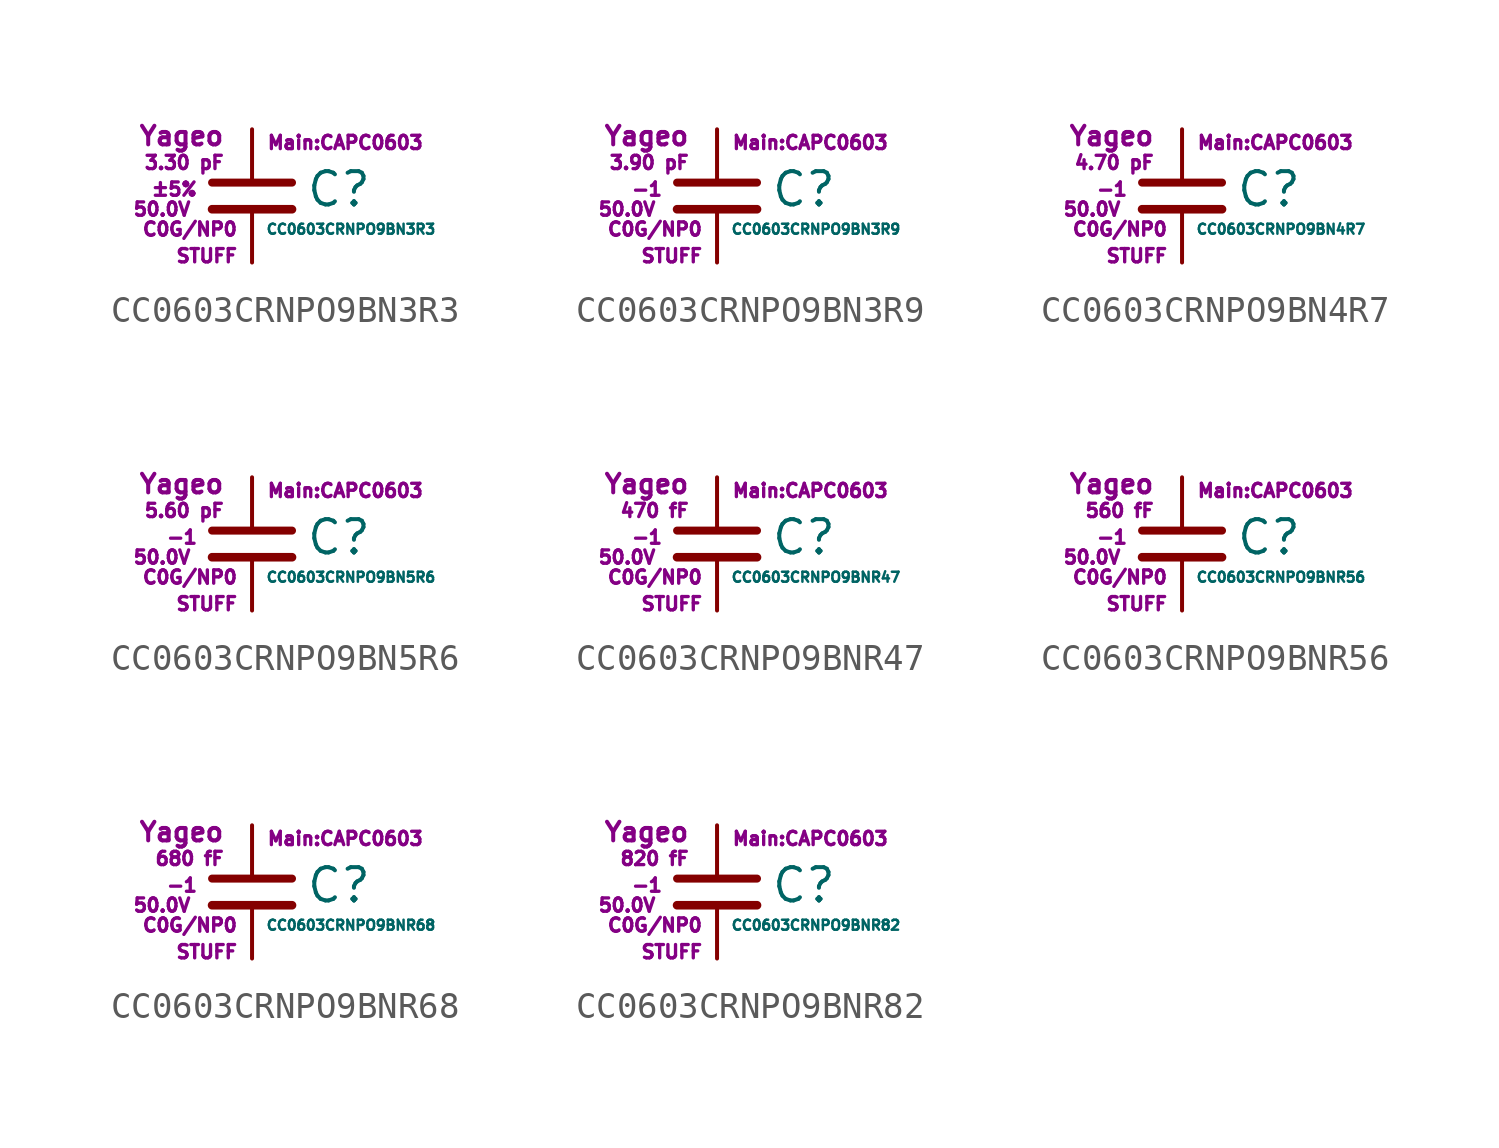
<source format=kicad_sym>
(kicad_symbol_lib
  (version 20211014)
  (generator kicad_symbol_editor)
  (symbol "CC0603CRNPO9BN3R3"
    (pin_numbers hide)
    (pin_names
      (offset 0.254) hide)
    (property "Reference" "C"
      (at 2.032 0.254 0)
      (effects (font (size 1.27 1.27)) (justify left)))
    (property "Value" "CC0603CRNPO9BN3R3"
      (at 0.508 -1.27 0)
      (effects (font (size 0.381 0.381)) (justify left)))
    (property "Footprint" "Main:CAPC0603"
      (at 3.556 2.032 0)
      (effects (font (size 0.508 0.508))))
    (property "Datasheet" ""
      (at 0.762 0.508 0)
      (effects (font (size 1.27 1.27))))
    (property "Manufacturer" "Yageo"
      (at -1.016 2.286 0)
      (effects (font (size 0.711 0.711)) (justify right)))
    (property "SKU" "STUFF"
      (at -0.508 -2.286 0)
      (effects (font (size 0.508 0.508)) (justify right)))
    (property "C" "3.30 pF"
      (at -1.016 1.27 0)
      (effects (font (size 0.508 0.508)) (justify right)))
    (property "Tol" "±5%"
      (at -2.032 0.254 0)
      (effects (font (size 0.508 0.508)) (justify right)))
    (property "Vmax" "50.0V"
      (at -2.286 -0.508 0)
      (effects (font (size 0.508 0.508)) (justify right)))
    (property "Type" "C0G/NP0"
      (at -0.508 -1.27 0)
      (effects (font (size 0.508 0.508)) (justify right)))
    (symbol "CC0603CRNPO9BN3R3_0_1"
      (polyline (pts (xy -1.524 -0.508) (xy 1.524 -0.508)) (stroke (width 0.33) (type default) (color 0 0 0 0)) (fill (type none)))
      (polyline (pts (xy -1.524 0.508) (xy 1.524 0.508)) (stroke (width 0.305) (type default) (color 0 0 0 0)) (fill (type none))))
    (symbol "CC0603CRNPO9BN3R3_1_1"
      (pin passive line (at 0 2.54 270) (length 1.905) (name "~" (effects (font (size 1.016 1.016)))) (number "1" (effects (font (size 1.016 1.016)))))
      (pin passive line (at 0 -2.54 90) (length 2.032) (name "~" (effects (font (size 1.016 1.016)))) (number "2" (effects (font (size 1.016 1.016)))))))
  (symbol "CC0603CRNPO9BN3R9"
    (pin_numbers hide)
    (pin_names
      (offset 0.254) hide)
    (property "Reference" "C"
      (at 2.032 0.254 0)
      (effects (font (size 1.27 1.27)) (justify left)))
    (property "Value" "CC0603CRNPO9BN3R9"
      (at 0.508 -1.27 0)
      (effects (font (size 0.381 0.381)) (justify left)))
    (property "Footprint" "Main:CAPC0603"
      (at 3.556 2.032 0)
      (effects (font (size 0.508 0.508))))
    (property "Datasheet" ""
      (at 0.762 0.508 0)
      (effects (font (size 1.27 1.27))))
    (property "Manufacturer" "Yageo"
      (at -1.016 2.286 0)
      (effects (font (size 0.711 0.711)) (justify right)))
    (property "SKU" "STUFF"
      (at -0.508 -2.286 0)
      (effects (font (size 0.508 0.508)) (justify right)))
    (property "C" "3.90 pF"
      (at -1.016 1.27 0)
      (effects (font (size 0.508 0.508)) (justify right)))
    (property "Tol" "-1"
      (at -2.032 0.254 0)
      (effects (font (size 0.508 0.508)) (justify right)))
    (property "Vmax" "50.0V"
      (at -2.286 -0.508 0)
      (effects (font (size 0.508 0.508)) (justify right)))
    (property "Type" "C0G/NP0"
      (at -0.508 -1.27 0)
      (effects (font (size 0.508 0.508)) (justify right)))
    (symbol "CC0603CRNPO9BN3R9_0_1"
      (polyline (pts (xy -1.524 -0.508) (xy 1.524 -0.508)) (stroke (width 0.33) (type default) (color 0 0 0 0)) (fill (type none)))
      (polyline (pts (xy -1.524 0.508) (xy 1.524 0.508)) (stroke (width 0.305) (type default) (color 0 0 0 0)) (fill (type none))))
    (symbol "CC0603CRNPO9BN3R9_1_1"
      (pin passive line (at 0 2.54 270) (length 1.905) (name "~" (effects (font (size 1.016 1.016)))) (number "1" (effects (font (size 1.016 1.016)))))
      (pin passive line (at 0 -2.54 90) (length 2.032) (name "~" (effects (font (size 1.016 1.016)))) (number "2" (effects (font (size 1.016 1.016)))))))
  (symbol "CC0603CRNPO9BN4R7"
    (pin_numbers hide)
    (pin_names
      (offset 0.254) hide)
    (property "Reference" "C"
      (at 2.032 0.254 0)
      (effects (font (size 1.27 1.27)) (justify left)))
    (property "Value" "CC0603CRNPO9BN4R7"
      (at 0.508 -1.27 0)
      (effects (font (size 0.381 0.381)) (justify left)))
    (property "Footprint" "Main:CAPC0603"
      (at 3.556 2.032 0)
      (effects (font (size 0.508 0.508))))
    (property "Datasheet" ""
      (at 0.762 0.508 0)
      (effects (font (size 1.27 1.27))))
    (property "Manufacturer" "Yageo"
      (at -1.016 2.286 0)
      (effects (font (size 0.711 0.711)) (justify right)))
    (property "SKU" "STUFF"
      (at -0.508 -2.286 0)
      (effects (font (size 0.508 0.508)) (justify right)))
    (property "C" "4.70 pF"
      (at -1.016 1.27 0)
      (effects (font (size 0.508 0.508)) (justify right)))
    (property "Tol" "-1"
      (at -2.032 0.254 0)
      (effects (font (size 0.508 0.508)) (justify right)))
    (property "Vmax" "50.0V"
      (at -2.286 -0.508 0)
      (effects (font (size 0.508 0.508)) (justify right)))
    (property "Type" "C0G/NP0"
      (at -0.508 -1.27 0)
      (effects (font (size 0.508 0.508)) (justify right)))
    (symbol "CC0603CRNPO9BN4R7_0_1"
      (polyline (pts (xy -1.524 -0.508) (xy 1.524 -0.508)) (stroke (width 0.33) (type default) (color 0 0 0 0)) (fill (type none)))
      (polyline (pts (xy -1.524 0.508) (xy 1.524 0.508)) (stroke (width 0.305) (type default) (color 0 0 0 0)) (fill (type none))))
    (symbol "CC0603CRNPO9BN4R7_1_1"
      (pin passive line (at 0 2.54 270) (length 1.905) (name "~" (effects (font (size 1.016 1.016)))) (number "1" (effects (font (size 1.016 1.016)))))
      (pin passive line (at 0 -2.54 90) (length 2.032) (name "~" (effects (font (size 1.016 1.016)))) (number "2" (effects (font (size 1.016 1.016)))))))
  (symbol "CC0603CRNPO9BN5R6"
    (pin_numbers hide)
    (pin_names
      (offset 0.254) hide)
    (property "Reference" "C"
      (at 2.032 0.254 0)
      (effects (font (size 1.27 1.27)) (justify left)))
    (property "Value" "CC0603CRNPO9BN5R6"
      (at 0.508 -1.27 0)
      (effects (font (size 0.381 0.381)) (justify left)))
    (property "Footprint" "Main:CAPC0603"
      (at 3.556 2.032 0)
      (effects (font (size 0.508 0.508))))
    (property "Datasheet" ""
      (at 0.762 0.508 0)
      (effects (font (size 1.27 1.27))))
    (property "Manufacturer" "Yageo"
      (at -1.016 2.286 0)
      (effects (font (size 0.711 0.711)) (justify right)))
    (property "SKU" "STUFF"
      (at -0.508 -2.286 0)
      (effects (font (size 0.508 0.508)) (justify right)))
    (property "C" "5.60 pF"
      (at -1.016 1.27 0)
      (effects (font (size 0.508 0.508)) (justify right)))
    (property "Tol" "-1"
      (at -2.032 0.254 0)
      (effects (font (size 0.508 0.508)) (justify right)))
    (property "Vmax" "50.0V"
      (at -2.286 -0.508 0)
      (effects (font (size 0.508 0.508)) (justify right)))
    (property "Type" "C0G/NP0"
      (at -0.508 -1.27 0)
      (effects (font (size 0.508 0.508)) (justify right)))
    (symbol "CC0603CRNPO9BN5R6_0_1"
      (polyline (pts (xy -1.524 -0.508) (xy 1.524 -0.508)) (stroke (width 0.33) (type default) (color 0 0 0 0)) (fill (type none)))
      (polyline (pts (xy -1.524 0.508) (xy 1.524 0.508)) (stroke (width 0.305) (type default) (color 0 0 0 0)) (fill (type none))))
    (symbol "CC0603CRNPO9BN5R6_1_1"
      (pin passive line (at 0 2.54 270) (length 1.905) (name "~" (effects (font (size 1.016 1.016)))) (number "1" (effects (font (size 1.016 1.016)))))
      (pin passive line (at 0 -2.54 90) (length 2.032) (name "~" (effects (font (size 1.016 1.016)))) (number "2" (effects (font (size 1.016 1.016)))))))
  (symbol "CC0603CRNPO9BNR47"
    (pin_numbers hide)
    (pin_names
      (offset 0.254) hide)
    (property "Reference" "C"
      (at 2.032 0.254 0)
      (effects (font (size 1.27 1.27)) (justify left)))
    (property "Value" "CC0603CRNPO9BNR47"
      (at 0.508 -1.27 0)
      (effects (font (size 0.381 0.381)) (justify left)))
    (property "Footprint" "Main:CAPC0603"
      (at 3.556 2.032 0)
      (effects (font (size 0.508 0.508))))
    (property "Datasheet" ""
      (at 0.762 0.508 0)
      (effects (font (size 1.27 1.27))))
    (property "Manufacturer" "Yageo"
      (at -1.016 2.286 0)
      (effects (font (size 0.711 0.711)) (justify right)))
    (property "SKU" "STUFF"
      (at -0.508 -2.286 0)
      (effects (font (size 0.508 0.508)) (justify right)))
    (property "C" "470 fF"
      (at -1.016 1.27 0)
      (effects (font (size 0.508 0.508)) (justify right)))
    (property "Tol" "-1"
      (at -2.032 0.254 0)
      (effects (font (size 0.508 0.508)) (justify right)))
    (property "Vmax" "50.0V"
      (at -2.286 -0.508 0)
      (effects (font (size 0.508 0.508)) (justify right)))
    (property "Type" "C0G/NP0"
      (at -0.508 -1.27 0)
      (effects (font (size 0.508 0.508)) (justify right)))
    (symbol "CC0603CRNPO9BNR47_0_1"
      (polyline (pts (xy -1.524 -0.508) (xy 1.524 -0.508)) (stroke (width 0.33) (type default) (color 0 0 0 0)) (fill (type none)))
      (polyline (pts (xy -1.524 0.508) (xy 1.524 0.508)) (stroke (width 0.305) (type default) (color 0 0 0 0)) (fill (type none))))
    (symbol "CC0603CRNPO9BNR47_1_1"
      (pin passive line (at 0 2.54 270) (length 1.905) (name "~" (effects (font (size 1.016 1.016)))) (number "1" (effects (font (size 1.016 1.016)))))
      (pin passive line (at 0 -2.54 90) (length 2.032) (name "~" (effects (font (size 1.016 1.016)))) (number "2" (effects (font (size 1.016 1.016)))))))
  (symbol "CC0603CRNPO9BNR56"
    (pin_numbers hide)
    (pin_names
      (offset 0.254) hide)
    (property "Reference" "C"
      (at 2.032 0.254 0)
      (effects (font (size 1.27 1.27)) (justify left)))
    (property "Value" "CC0603CRNPO9BNR56"
      (at 0.508 -1.27 0)
      (effects (font (size 0.381 0.381)) (justify left)))
    (property "Footprint" "Main:CAPC0603"
      (at 3.556 2.032 0)
      (effects (font (size 0.508 0.508))))
    (property "Datasheet" ""
      (at 0.762 0.508 0)
      (effects (font (size 1.27 1.27))))
    (property "Manufacturer" "Yageo"
      (at -1.016 2.286 0)
      (effects (font (size 0.711 0.711)) (justify right)))
    (property "SKU" "STUFF"
      (at -0.508 -2.286 0)
      (effects (font (size 0.508 0.508)) (justify right)))
    (property "C" "560 fF"
      (at -1.016 1.27 0)
      (effects (font (size 0.508 0.508)) (justify right)))
    (property "Tol" "-1"
      (at -2.032 0.254 0)
      (effects (font (size 0.508 0.508)) (justify right)))
    (property "Vmax" "50.0V"
      (at -2.286 -0.508 0)
      (effects (font (size 0.508 0.508)) (justify right)))
    (property "Type" "C0G/NP0"
      (at -0.508 -1.27 0)
      (effects (font (size 0.508 0.508)) (justify right)))
    (symbol "CC0603CRNPO9BNR56_0_1"
      (polyline (pts (xy -1.524 -0.508) (xy 1.524 -0.508)) (stroke (width 0.33) (type default) (color 0 0 0 0)) (fill (type none)))
      (polyline (pts (xy -1.524 0.508) (xy 1.524 0.508)) (stroke (width 0.305) (type default) (color 0 0 0 0)) (fill (type none))))
    (symbol "CC0603CRNPO9BNR56_1_1"
      (pin passive line (at 0 2.54 270) (length 1.905) (name "~" (effects (font (size 1.016 1.016)))) (number "1" (effects (font (size 1.016 1.016)))))
      (pin passive line (at 0 -2.54 90) (length 2.032) (name "~" (effects (font (size 1.016 1.016)))) (number "2" (effects (font (size 1.016 1.016)))))))
  (symbol "CC0603CRNPO9BNR68"
    (pin_numbers hide)
    (pin_names
      (offset 0.254) hide)
    (property "Reference" "C"
      (at 2.032 0.254 0)
      (effects (font (size 1.27 1.27)) (justify left)))
    (property "Value" "CC0603CRNPO9BNR68"
      (at 0.508 -1.27 0)
      (effects (font (size 0.381 0.381)) (justify left)))
    (property "Footprint" "Main:CAPC0603"
      (at 3.556 2.032 0)
      (effects (font (size 0.508 0.508))))
    (property "Datasheet" ""
      (at 0.762 0.508 0)
      (effects (font (size 1.27 1.27))))
    (property "Manufacturer" "Yageo"
      (at -1.016 2.286 0)
      (effects (font (size 0.711 0.711)) (justify right)))
    (property "SKU" "STUFF"
      (at -0.508 -2.286 0)
      (effects (font (size 0.508 0.508)) (justify right)))
    (property "C" "680 fF"
      (at -1.016 1.27 0)
      (effects (font (size 0.508 0.508)) (justify right)))
    (property "Tol" "-1"
      (at -2.032 0.254 0)
      (effects (font (size 0.508 0.508)) (justify right)))
    (property "Vmax" "50.0V"
      (at -2.286 -0.508 0)
      (effects (font (size 0.508 0.508)) (justify right)))
    (property "Type" "C0G/NP0"
      (at -0.508 -1.27 0)
      (effects (font (size 0.508 0.508)) (justify right)))
    (symbol "CC0603CRNPO9BNR68_0_1"
      (polyline (pts (xy -1.524 -0.508) (xy 1.524 -0.508)) (stroke (width 0.33) (type default) (color 0 0 0 0)) (fill (type none)))
      (polyline (pts (xy -1.524 0.508) (xy 1.524 0.508)) (stroke (width 0.305) (type default) (color 0 0 0 0)) (fill (type none))))
    (symbol "CC0603CRNPO9BNR68_1_1"
      (pin passive line (at 0 2.54 270) (length 1.905) (name "~" (effects (font (size 1.016 1.016)))) (number "1" (effects (font (size 1.016 1.016)))))
      (pin passive line (at 0 -2.54 90) (length 2.032) (name "~" (effects (font (size 1.016 1.016)))) (number "2" (effects (font (size 1.016 1.016)))))))
  (symbol "CC0603CRNPO9BNR82"
    (pin_numbers hide)
    (pin_names
      (offset 0.254) hide)
    (property "Reference" "C"
      (at 2.032 0.254 0)
      (effects (font (size 1.27 1.27)) (justify left)))
    (property "Value" "CC0603CRNPO9BNR82"
      (at 0.508 -1.27 0)
      (effects (font (size 0.381 0.381)) (justify left)))
    (property "Footprint" "Main:CAPC0603"
      (at 3.556 2.032 0)
      (effects (font (size 0.508 0.508))))
    (property "Datasheet" ""
      (at 0.762 0.508 0)
      (effects (font (size 1.27 1.27))))
    (property "Manufacturer" "Yageo"
      (at -1.016 2.286 0)
      (effects (font (size 0.711 0.711)) (justify right)))
    (property "SKU" "STUFF"
      (at -0.508 -2.286 0)
      (effects (font (size 0.508 0.508)) (justify right)))
    (property "C" "820 fF"
      (at -1.016 1.27 0)
      (effects (font (size 0.508 0.508)) (justify right)))
    (property "Tol" "-1"
      (at -2.032 0.254 0)
      (effects (font (size 0.508 0.508)) (justify right)))
    (property "Vmax" "50.0V"
      (at -2.286 -0.508 0)
      (effects (font (size 0.508 0.508)) (justify right)))
    (property "Type" "C0G/NP0"
      (at -0.508 -1.27 0)
      (effects (font (size 0.508 0.508)) (justify right)))
    (symbol "CC0603CRNPO9BNR82_0_1"
      (polyline (pts (xy -1.524 -0.508) (xy 1.524 -0.508)) (stroke (width 0.33) (type default) (color 0 0 0 0)) (fill (type none)))
      (polyline (pts (xy -1.524 0.508) (xy 1.524 0.508)) (stroke (width 0.305) (type default) (color 0 0 0 0)) (fill (type none))))
    (symbol "CC0603CRNPO9BNR82_1_1"
      (pin passive line (at 0 2.54 270) (length 1.905) (name "~" (effects (font (size 1.016 1.016)))) (number "1" (effects (font (size 1.016 1.016)))))
      (pin passive line (at 0 -2.54 90) (length 2.032) (name "~" (effects (font (size 1.016 1.016)))) (number "2" (effects (font (size 1.016 1.016))))))))
</source>
